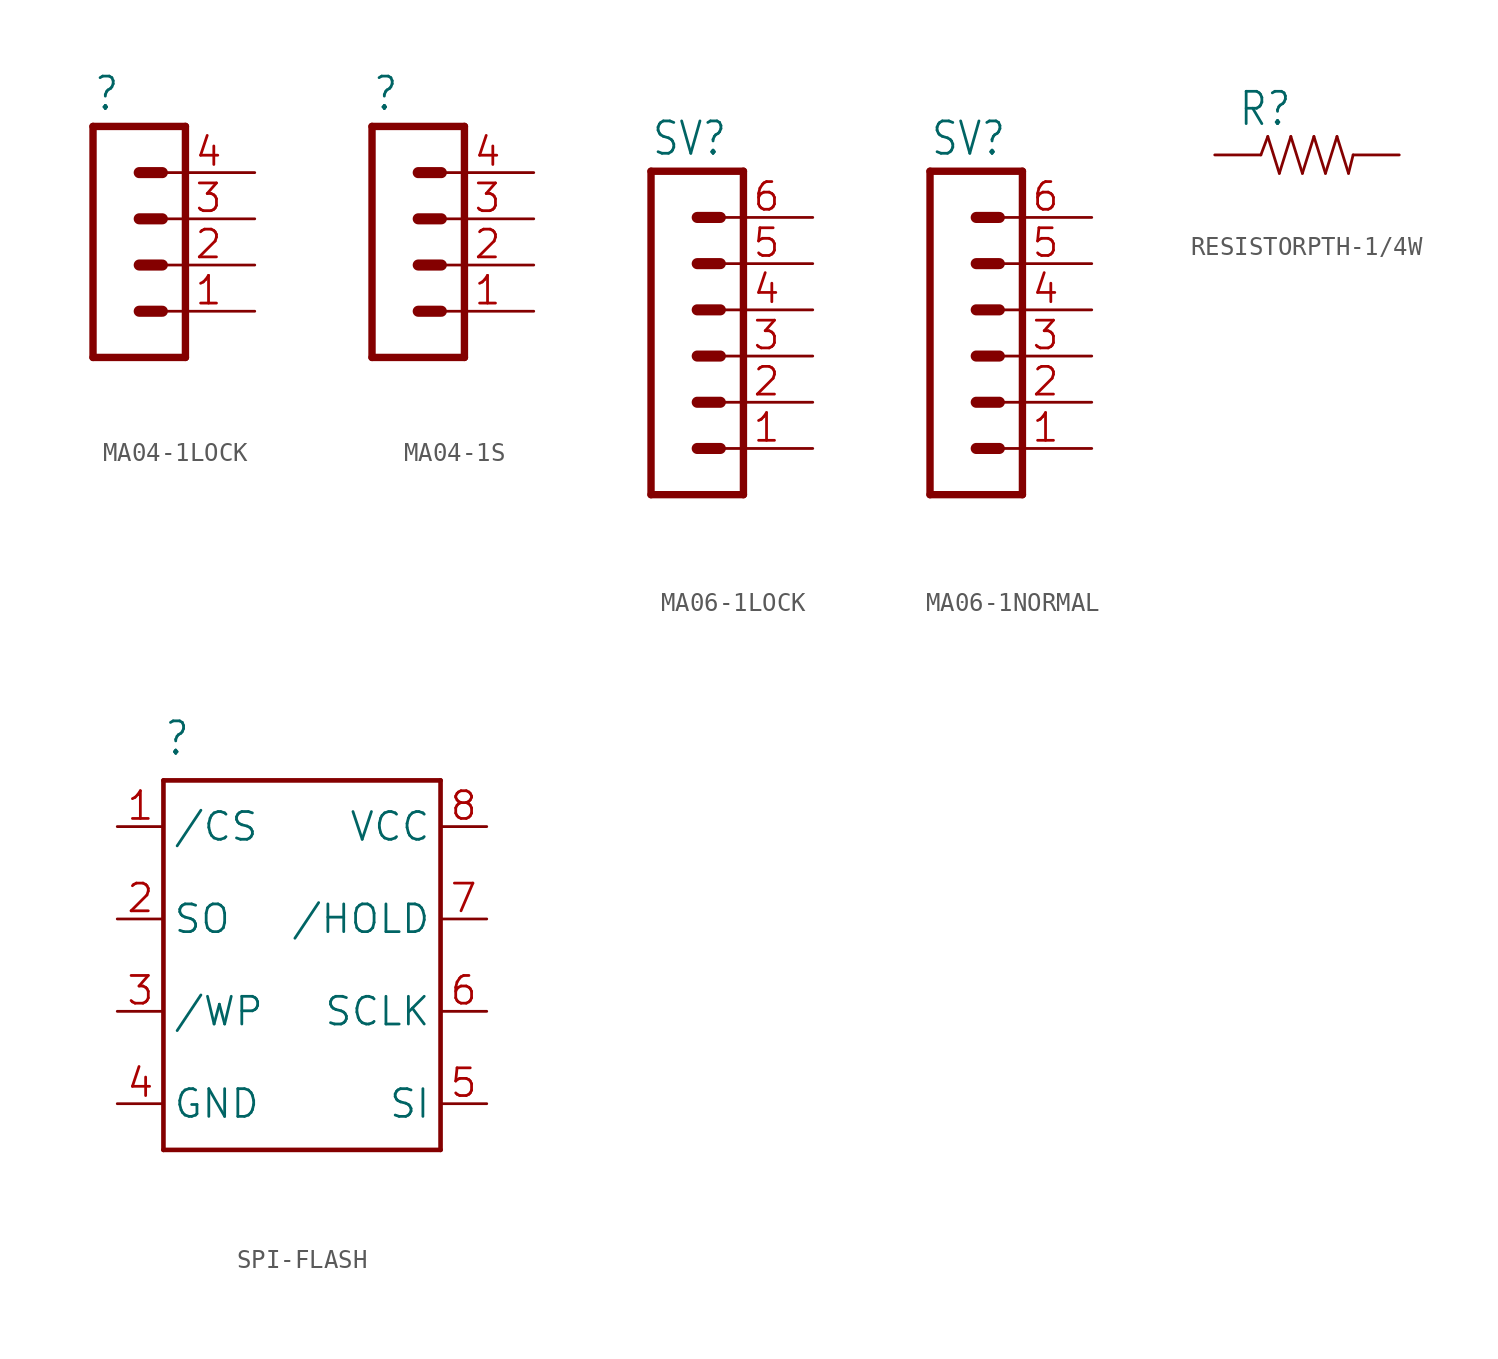
<source format=kicad_sym>
(kicad_symbol_lib
  (version 20241209)
  (generator "kicad_symbol_editor")
  (generator_version "9.0")
  (symbol "MA04-1LOCK"
    (property "Reference" ""
      (at -6.35 5.842 0)
      (effects (font (size 1.778 1.511)) (justify left bottom)))
    (property "Value" ""
      (at -6.35 -10.16 0)
      (effects (font (size 1.778 1.511)) (justify left bottom)))
    (property "ki_locked" ""
      (at 0 0 0)
      (effects (font (size 1.27 1.27))))
    (symbol "MA04-1LOCK_1_0"
      (polyline (pts (xy -6.35 5.08) (xy -6.35 -7.62)) (stroke (width 0.406) (type solid)) (fill (type none)))
      (polyline (pts (xy -6.35 5.08) (xy -1.27 5.08)) (stroke (width 0.406) (type solid)) (fill (type none)))
      (polyline (pts (xy -3.81 2.54) (xy -2.54 2.54)) (stroke (width 0.61) (type solid)) (fill (type none)))
      (polyline (pts (xy -3.81 0) (xy -2.54 0)) (stroke (width 0.61) (type solid)) (fill (type none)))
      (polyline (pts (xy -3.81 -2.54) (xy -2.54 -2.54)) (stroke (width 0.61) (type solid)) (fill (type none)))
      (polyline (pts (xy -3.81 -5.08) (xy -2.54 -5.08)) (stroke (width 0.61) (type solid)) (fill (type none)))
      (polyline (pts (xy -1.27 -7.62) (xy -6.35 -7.62)) (stroke (width 0.406) (type solid)) (fill (type none)))
      (polyline (pts (xy -1.27 -7.62) (xy -1.27 5.08)) (stroke (width 0.406) (type solid)) (fill (type none)))
      (pin passive line (at 2.54 2.54 180) (length 5.08) (name "4" (effects (font (size 0 0)))) (number "4" (effects (font (size 1.524 1.524)))))
      (pin passive line (at 2.54 0 180) (length 5.08) (name "3" (effects (font (size 0 0)))) (number "3" (effects (font (size 1.524 1.524)))))
      (pin passive line (at 2.54 -2.54 180) (length 5.08) (name "2" (effects (font (size 0 0)))) (number "2" (effects (font (size 1.524 1.524)))))
      (pin passive line (at 2.54 -5.08 180) (length 5.08) (name "1" (effects (font (size 0 0)))) (number "1" (effects (font (size 1.524 1.524)))))))
  (symbol "MA04-1S"
    (property "Reference" ""
      (at -6.35 5.842 0)
      (effects (font (size 1.778 1.511)) (justify left bottom)))
    (property "Value" ""
      (at -6.35 -10.16 0)
      (effects (font (size 1.778 1.511)) (justify left bottom)))
    (property "ki_locked" ""
      (at 0 0 0)
      (effects (font (size 1.27 1.27))))
    (symbol "MA04-1S_1_0"
      (polyline (pts (xy -6.35 5.08) (xy -6.35 -7.62)) (stroke (width 0.406) (type solid)) (fill (type none)))
      (polyline (pts (xy -6.35 5.08) (xy -1.27 5.08)) (stroke (width 0.406) (type solid)) (fill (type none)))
      (polyline (pts (xy -3.81 2.54) (xy -2.54 2.54)) (stroke (width 0.61) (type solid)) (fill (type none)))
      (polyline (pts (xy -3.81 0) (xy -2.54 0)) (stroke (width 0.61) (type solid)) (fill (type none)))
      (polyline (pts (xy -3.81 -2.54) (xy -2.54 -2.54)) (stroke (width 0.61) (type solid)) (fill (type none)))
      (polyline (pts (xy -3.81 -5.08) (xy -2.54 -5.08)) (stroke (width 0.61) (type solid)) (fill (type none)))
      (polyline (pts (xy -1.27 -7.62) (xy -6.35 -7.62)) (stroke (width 0.406) (type solid)) (fill (type none)))
      (polyline (pts (xy -1.27 -7.62) (xy -1.27 5.08)) (stroke (width 0.406) (type solid)) (fill (type none)))
      (pin passive line (at 2.54 2.54 180) (length 5.08) (name "4" (effects (font (size 0 0)))) (number "4" (effects (font (size 1.524 1.524)))))
      (pin passive line (at 2.54 0 180) (length 5.08) (name "3" (effects (font (size 0 0)))) (number "3" (effects (font (size 1.524 1.524)))))
      (pin passive line (at 2.54 -2.54 180) (length 5.08) (name "2" (effects (font (size 0 0)))) (number "2" (effects (font (size 1.524 1.524)))))
      (pin passive line (at 2.54 -5.08 180) (length 5.08) (name "1" (effects (font (size 0 0)))) (number "1" (effects (font (size 1.524 1.524)))))))
  (symbol "MA06-1LOCK"
    (property "Reference" "SV"
      (at -1.27 8.382 0)
      (effects (font (size 1.778 1.511)) (justify left bottom)))
    (property "Value" ""
      (at -1.27 -12.7 0)
      (effects (font (size 1.778 1.511)) (justify left bottom)))
    (property "ki_locked" ""
      (at 0 0 0)
      (effects (font (size 1.27 1.27))))
    (symbol "MA06-1LOCK_1_0"
      (polyline (pts (xy -1.27 7.62) (xy -1.27 -10.16)) (stroke (width 0.406) (type solid)) (fill (type none)))
      (polyline (pts (xy -1.27 7.62) (xy 3.81 7.62)) (stroke (width 0.406) (type solid)) (fill (type none)))
      (polyline (pts (xy 1.27 5.08) (xy 2.54 5.08)) (stroke (width 0.61) (type solid)) (fill (type none)))
      (polyline (pts (xy 1.27 2.54) (xy 2.54 2.54)) (stroke (width 0.61) (type solid)) (fill (type none)))
      (polyline (pts (xy 1.27 0) (xy 2.54 0)) (stroke (width 0.61) (type solid)) (fill (type none)))
      (polyline (pts (xy 1.27 -2.54) (xy 2.54 -2.54)) (stroke (width 0.61) (type solid)) (fill (type none)))
      (polyline (pts (xy 1.27 -5.08) (xy 2.54 -5.08)) (stroke (width 0.61) (type solid)) (fill (type none)))
      (polyline (pts (xy 1.27 -7.62) (xy 2.54 -7.62)) (stroke (width 0.61) (type solid)) (fill (type none)))
      (polyline (pts (xy 3.81 -10.16) (xy -1.27 -10.16)) (stroke (width 0.406) (type solid)) (fill (type none)))
      (polyline (pts (xy 3.81 -10.16) (xy 3.81 7.62)) (stroke (width 0.406) (type solid)) (fill (type none)))
      (pin passive line (at 7.62 5.08 180) (length 5.08) (name "6" (effects (font (size 0 0)))) (number "6" (effects (font (size 1.524 1.524)))))
      (pin passive line (at 7.62 2.54 180) (length 5.08) (name "5" (effects (font (size 0 0)))) (number "5" (effects (font (size 1.524 1.524)))))
      (pin passive line (at 7.62 0 180) (length 5.08) (name "4" (effects (font (size 0 0)))) (number "4" (effects (font (size 1.524 1.524)))))
      (pin passive line (at 7.62 -2.54 180) (length 5.08) (name "3" (effects (font (size 0 0)))) (number "3" (effects (font (size 1.524 1.524)))))
      (pin passive line (at 7.62 -5.08 180) (length 5.08) (name "2" (effects (font (size 0 0)))) (number "2" (effects (font (size 1.524 1.524)))))
      (pin passive line (at 7.62 -7.62 180) (length 5.08) (name "1" (effects (font (size 0 0)))) (number "1" (effects (font (size 1.524 1.524)))))))
  (symbol "MA06-1NORMAL"
    (property "Reference" "SV"
      (at -1.27 8.382 0)
      (effects (font (size 1.778 1.511)) (justify left bottom)))
    (property "Value" ""
      (at -1.27 -12.7 0)
      (effects (font (size 1.778 1.511)) (justify left bottom)))
    (property "ki_locked" ""
      (at 0 0 0)
      (effects (font (size 1.27 1.27))))
    (symbol "MA06-1NORMAL_1_0"
      (polyline (pts (xy -1.27 7.62) (xy -1.27 -10.16)) (stroke (width 0.406) (type solid)) (fill (type none)))
      (polyline (pts (xy -1.27 7.62) (xy 3.81 7.62)) (stroke (width 0.406) (type solid)) (fill (type none)))
      (polyline (pts (xy 1.27 5.08) (xy 2.54 5.08)) (stroke (width 0.61) (type solid)) (fill (type none)))
      (polyline (pts (xy 1.27 2.54) (xy 2.54 2.54)) (stroke (width 0.61) (type solid)) (fill (type none)))
      (polyline (pts (xy 1.27 0) (xy 2.54 0)) (stroke (width 0.61) (type solid)) (fill (type none)))
      (polyline (pts (xy 1.27 -2.54) (xy 2.54 -2.54)) (stroke (width 0.61) (type solid)) (fill (type none)))
      (polyline (pts (xy 1.27 -5.08) (xy 2.54 -5.08)) (stroke (width 0.61) (type solid)) (fill (type none)))
      (polyline (pts (xy 1.27 -7.62) (xy 2.54 -7.62)) (stroke (width 0.61) (type solid)) (fill (type none)))
      (polyline (pts (xy 3.81 -10.16) (xy -1.27 -10.16)) (stroke (width 0.406) (type solid)) (fill (type none)))
      (polyline (pts (xy 3.81 -10.16) (xy 3.81 7.62)) (stroke (width 0.406) (type solid)) (fill (type none)))
      (pin passive line (at 7.62 5.08 180) (length 5.08) (name "6" (effects (font (size 0 0)))) (number "6" (effects (font (size 1.524 1.524)))))
      (pin passive line (at 7.62 2.54 180) (length 5.08) (name "5" (effects (font (size 0 0)))) (number "5" (effects (font (size 1.524 1.524)))))
      (pin passive line (at 7.62 0 180) (length 5.08) (name "4" (effects (font (size 0 0)))) (number "4" (effects (font (size 1.524 1.524)))))
      (pin passive line (at 7.62 -2.54 180) (length 5.08) (name "3" (effects (font (size 0 0)))) (number "3" (effects (font (size 1.524 1.524)))))
      (pin passive line (at 7.62 -5.08 180) (length 5.08) (name "2" (effects (font (size 0 0)))) (number "2" (effects (font (size 1.524 1.524)))))
      (pin passive line (at 7.62 -7.62 180) (length 5.08) (name "1" (effects (font (size 0 0)))) (number "1" (effects (font (size 1.524 1.524)))))))
  (symbol "RESISTORPTH-1/4W"
    (property "Reference" "R"
      (at -3.81 1.499 0)
      (effects (font (size 1.778 1.511)) (justify left bottom)))
    (property "Value" ""
      (at -3.81 -3.302 0)
      (effects (font (size 1.778 1.511)) (justify left bottom)))
    (property "ki_locked" ""
      (at 0 0 0)
      (effects (font (size 1.27 1.27))))
    (symbol "RESISTORPTH-1/4W_1_0"
      (polyline (pts (xy -2.54 0) (xy -2.159 1.016)) (stroke (width 0.152) (type solid)) (fill (type none)))
      (polyline (pts (xy -2.159 1.016) (xy -1.524 -1.016)) (stroke (width 0.152) (type solid)) (fill (type none)))
      (polyline (pts (xy -1.524 -1.016) (xy -0.889 1.016)) (stroke (width 0.152) (type solid)) (fill (type none)))
      (polyline (pts (xy -0.889 1.016) (xy -0.254 -1.016)) (stroke (width 0.152) (type solid)) (fill (type none)))
      (polyline (pts (xy -0.254 -1.016) (xy 0.381 1.016)) (stroke (width 0.152) (type solid)) (fill (type none)))
      (polyline (pts (xy 0.381 1.016) (xy 1.016 -1.016)) (stroke (width 0.152) (type solid)) (fill (type none)))
      (polyline (pts (xy 1.016 -1.016) (xy 1.651 1.016)) (stroke (width 0.152) (type solid)) (fill (type none)))
      (polyline (pts (xy 1.651 1.016) (xy 2.286 -1.016)) (stroke (width 0.152) (type solid)) (fill (type none)))
      (polyline (pts (xy 2.286 -1.016) (xy 2.54 0)) (stroke (width 0.152) (type solid)) (fill (type none)))
      (pin passive line (at -5.08 0 0) (length 2.54) (name "1" (effects (font (size 0 0)))) (number "P$1" (effects (font (size 0 0)))))
      (pin passive line (at 5.08 0 180) (length 2.54) (name "2" (effects (font (size 0 0)))) (number "P$2" (effects (font (size 0 0)))))))
  (symbol "SPI-FLASH"
    (property "Reference" ""
      (at -7.62 8.89 0)
      (effects (font (size 1.778 1.511)) (justify left bottom)))
    (property "Value" ""
      (at -2.54 -15.24 0)
      (effects (font (size 1.778 1.511)) (justify left bottom)))
    (property "ki_locked" ""
      (at 0 0 0)
      (effects (font (size 1.27 1.27))))
    (symbol "SPI-FLASH_1_0"
      (polyline (pts (xy -7.62 7.62) (xy 7.62 7.62)) (stroke (width 0.254) (type solid)) (fill (type none)))
      (polyline (pts (xy -7.62 -12.7) (xy -7.62 7.62)) (stroke (width 0.254) (type solid)) (fill (type none)))
      (polyline (pts (xy 7.62 7.62) (xy 7.62 -12.7)) (stroke (width 0.254) (type solid)) (fill (type none)))
      (polyline (pts (xy 7.62 -12.7) (xy -7.62 -12.7)) (stroke (width 0.254) (type solid)) (fill (type none)))
      (pin input line (at -10.16 5.08 0) (length 2.54) (name "/CS" (effects (font (size 1.524 1.524)))) (number "1" (effects (font (size 1.524 1.524)))))
      (pin input line (at -10.16 0 0) (length 2.54) (name "SO" (effects (font (size 1.524 1.524)))) (number "2" (effects (font (size 1.524 1.524)))))
      (pin passive line (at -10.16 -5.08 0) (length 2.54) (name "/WP" (effects (font (size 1.524 1.524)))) (number "3" (effects (font (size 1.524 1.524)))))
      (pin power_in line (at -10.16 -10.16 0) (length 2.54) (name "GND" (effects (font (size 1.524 1.524)))) (number "4" (effects (font (size 1.524 1.524)))))
      (pin power_in line (at 10.16 5.08 180) (length 2.54) (name "VCC" (effects (font (size 1.524 1.524)))) (number "8" (effects (font (size 1.524 1.524)))))
      (pin output line (at 10.16 0 180) (length 2.54) (name "/HOLD" (effects (font (size 1.524 1.524)))) (number "7" (effects (font (size 1.524 1.524)))))
      (pin output line (at 10.16 -5.08 180) (length 2.54) (name "SCLK" (effects (font (size 1.524 1.524)))) (number "6" (effects (font (size 1.524 1.524)))))
      (pin output line (at 10.16 -10.16 180) (length 2.54) (name "SI" (effects (font (size 1.524 1.524)))) (number "5" (effects (font (size 1.524 1.524))))))))
</source>
